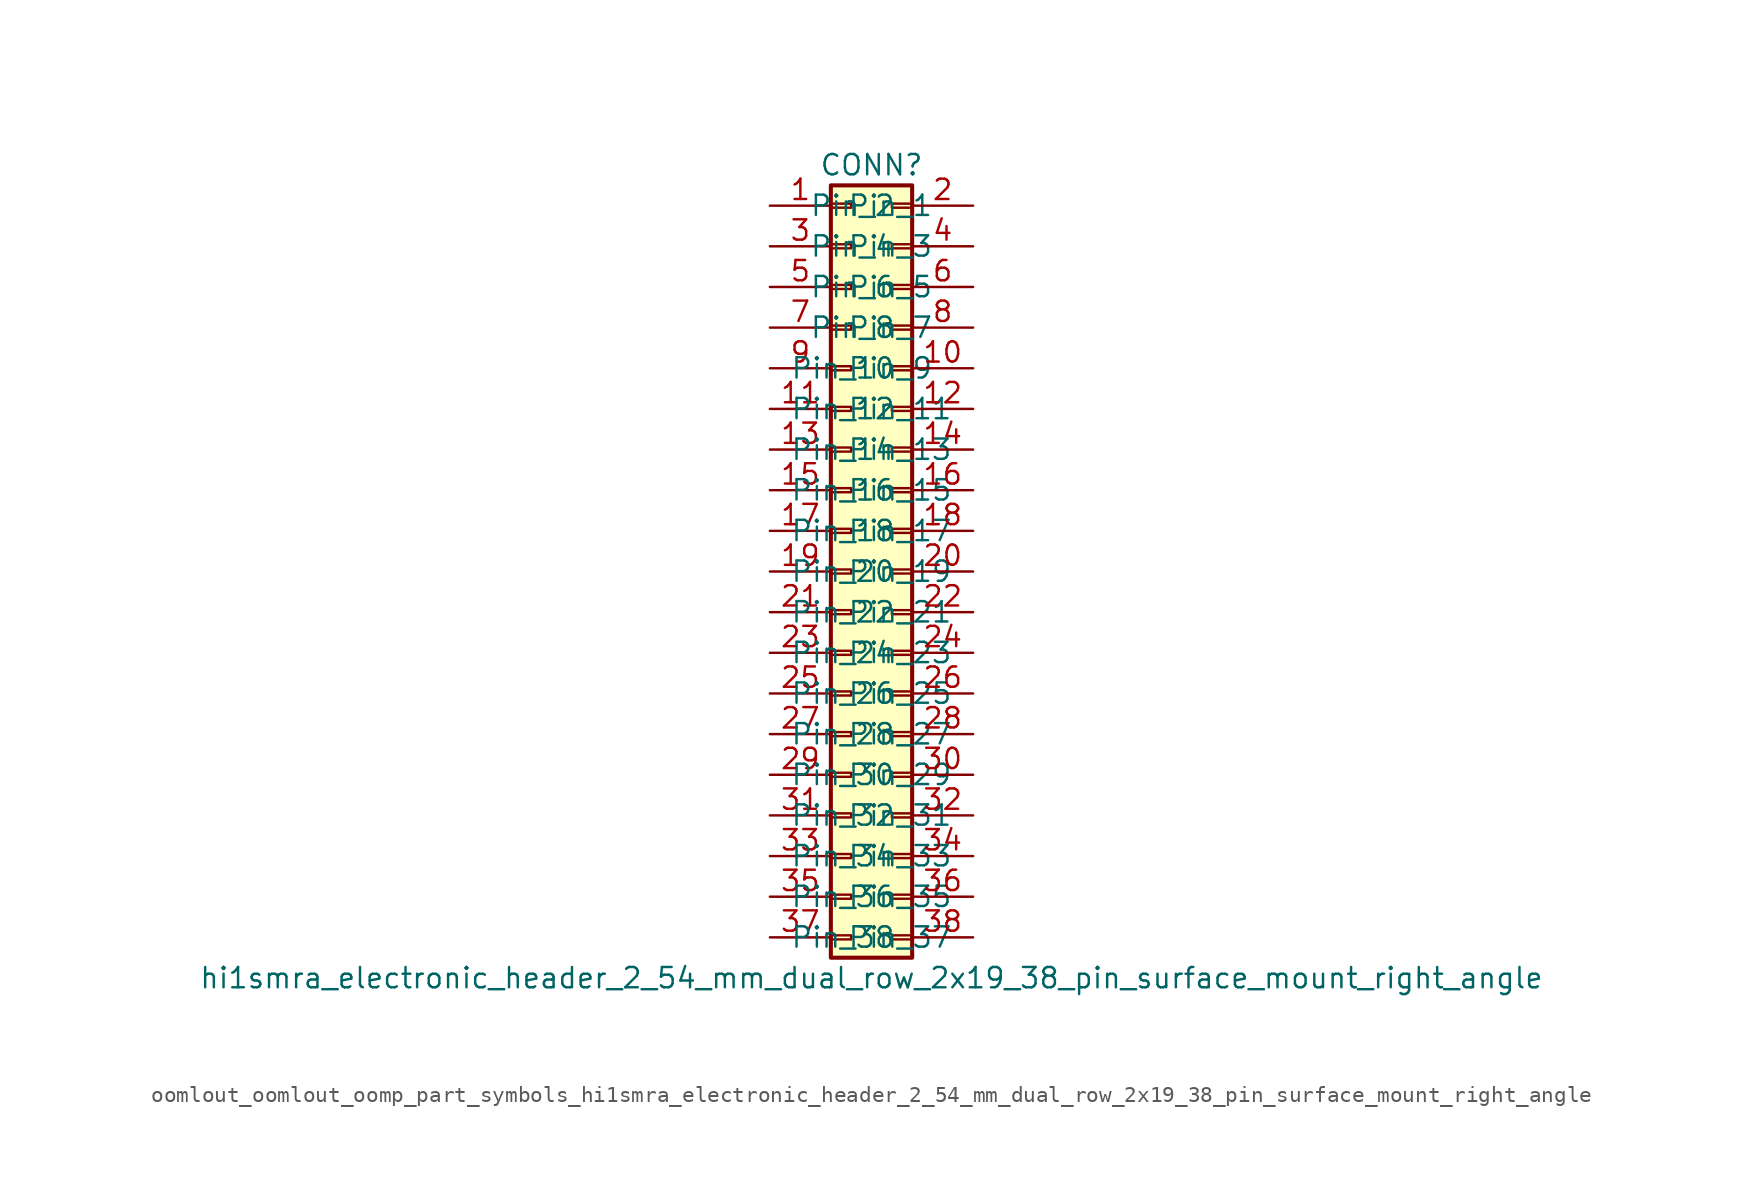
<source format=kicad_sym>
(kicad_symbol_lib
  (version 20220914)
  (generator kicad_symbol_editor)
  (symbol "oomlout_oomlout_oomp_part_symbols_hi1smra_electronic_header_2_54_mm_dual_row_2x19_38_pin_surface_mount_right_angle"
    (pin_names
      (offset 1.016))
    (property "Reference" "CONN"
      (at 1.27 25.4 0)
      (effects (font (size 1.27 1.27))))
    (property "Value" "hi1smra_electronic_header_2_54_mm_dual_row_2x19_38_pin_surface_mount_right_angle"
      (at 1.27 -25.4 0)
      (effects (font (size 1.27 1.27))))
    (symbol "oomlout_oomlout_oomp_part_symbols_hi1smra_electronic_header_2_54_mm_dual_row_2x19_38_pin_surface_mount_right_angle_1_1"
      (rectangle (start -1.27 -22.733) (end 0 -22.987) (stroke (width 0.152) (type default)) (fill (type none)))
      (rectangle (start -1.27 -20.193) (end 0 -20.447) (stroke (width 0.152) (type default)) (fill (type none)))
      (rectangle (start -1.27 -17.653) (end 0 -17.907) (stroke (width 0.152) (type default)) (fill (type none)))
      (rectangle (start -1.27 -15.113) (end 0 -15.367) (stroke (width 0.152) (type default)) (fill (type none)))
      (rectangle (start -1.27 -12.573) (end 0 -12.827) (stroke (width 0.152) (type default)) (fill (type none)))
      (rectangle (start -1.27 -10.033) (end 0 -10.287) (stroke (width 0.152) (type default)) (fill (type none)))
      (rectangle (start -1.27 -7.493) (end 0 -7.747) (stroke (width 0.152) (type default)) (fill (type none)))
      (rectangle (start -1.27 -4.953) (end 0 -5.207) (stroke (width 0.152) (type default)) (fill (type none)))
      (rectangle (start -1.27 -2.413) (end 0 -2.667) (stroke (width 0.152) (type default)) (fill (type none)))
      (rectangle (start -1.27 0.127) (end 0 -0.127) (stroke (width 0.152) (type default)) (fill (type none)))
      (rectangle (start -1.27 2.667) (end 0 2.413) (stroke (width 0.152) (type default)) (fill (type none)))
      (rectangle (start -1.27 5.207) (end 0 4.953) (stroke (width 0.152) (type default)) (fill (type none)))
      (rectangle (start -1.27 7.747) (end 0 7.493) (stroke (width 0.152) (type default)) (fill (type none)))
      (rectangle (start -1.27 10.287) (end 0 10.033) (stroke (width 0.152) (type default)) (fill (type none)))
      (rectangle (start -1.27 12.827) (end 0 12.573) (stroke (width 0.152) (type default)) (fill (type none)))
      (rectangle (start -1.27 15.367) (end 0 15.113) (stroke (width 0.152) (type default)) (fill (type none)))
      (rectangle (start -1.27 17.907) (end 0 17.653) (stroke (width 0.152) (type default)) (fill (type none)))
      (rectangle (start -1.27 20.447) (end 0 20.193) (stroke (width 0.152) (type default)) (fill (type none)))
      (rectangle (start -1.27 22.987) (end 0 22.733) (stroke (width 0.152) (type default)) (fill (type none)))
      (rectangle (start -1.27 24.13) (end 3.81 -24.13) (stroke (width 0.254) (type default)) (fill (type background)))
      (rectangle (start 3.81 -22.733) (end 2.54 -22.987) (stroke (width 0.152) (type default)) (fill (type none)))
      (rectangle (start 3.81 -20.193) (end 2.54 -20.447) (stroke (width 0.152) (type default)) (fill (type none)))
      (rectangle (start 3.81 -17.653) (end 2.54 -17.907) (stroke (width 0.152) (type default)) (fill (type none)))
      (rectangle (start 3.81 -15.113) (end 2.54 -15.367) (stroke (width 0.152) (type default)) (fill (type none)))
      (rectangle (start 3.81 -12.573) (end 2.54 -12.827) (stroke (width 0.152) (type default)) (fill (type none)))
      (rectangle (start 3.81 -10.033) (end 2.54 -10.287) (stroke (width 0.152) (type default)) (fill (type none)))
      (rectangle (start 3.81 -7.493) (end 2.54 -7.747) (stroke (width 0.152) (type default)) (fill (type none)))
      (rectangle (start 3.81 -4.953) (end 2.54 -5.207) (stroke (width 0.152) (type default)) (fill (type none)))
      (rectangle (start 3.81 -2.413) (end 2.54 -2.667) (stroke (width 0.152) (type default)) (fill (type none)))
      (rectangle (start 3.81 0.127) (end 2.54 -0.127) (stroke (width 0.152) (type default)) (fill (type none)))
      (rectangle (start 3.81 2.667) (end 2.54 2.413) (stroke (width 0.152) (type default)) (fill (type none)))
      (rectangle (start 3.81 5.207) (end 2.54 4.953) (stroke (width 0.152) (type default)) (fill (type none)))
      (rectangle (start 3.81 7.747) (end 2.54 7.493) (stroke (width 0.152) (type default)) (fill (type none)))
      (rectangle (start 3.81 10.287) (end 2.54 10.033) (stroke (width 0.152) (type default)) (fill (type none)))
      (rectangle (start 3.81 12.827) (end 2.54 12.573) (stroke (width 0.152) (type default)) (fill (type none)))
      (rectangle (start 3.81 15.367) (end 2.54 15.113) (stroke (width 0.152) (type default)) (fill (type none)))
      (rectangle (start 3.81 17.907) (end 2.54 17.653) (stroke (width 0.152) (type default)) (fill (type none)))
      (rectangle (start 3.81 20.447) (end 2.54 20.193) (stroke (width 0.152) (type default)) (fill (type none)))
      (rectangle (start 3.81 22.987) (end 2.54 22.733) (stroke (width 0.152) (type default)) (fill (type none)))
      (pin passive line (at -5.08 22.86 0) (length 3.81) (name "Pin_1" (effects (font (size 1.27 1.27)))) (number "1" (effects (font (size 1.27 1.27)))))
      (pin passive line (at 7.62 12.7 180) (length 3.81) (name "Pin_10" (effects (font (size 1.27 1.27)))) (number "10" (effects (font (size 1.27 1.27)))))
      (pin passive line (at -5.08 10.16 0) (length 3.81) (name "Pin_11" (effects (font (size 1.27 1.27)))) (number "11" (effects (font (size 1.27 1.27)))))
      (pin passive line (at 7.62 10.16 180) (length 3.81) (name "Pin_12" (effects (font (size 1.27 1.27)))) (number "12" (effects (font (size 1.27 1.27)))))
      (pin passive line (at -5.08 7.62 0) (length 3.81) (name "Pin_13" (effects (font (size 1.27 1.27)))) (number "13" (effects (font (size 1.27 1.27)))))
      (pin passive line (at 7.62 7.62 180) (length 3.81) (name "Pin_14" (effects (font (size 1.27 1.27)))) (number "14" (effects (font (size 1.27 1.27)))))
      (pin passive line (at -5.08 5.08 0) (length 3.81) (name "Pin_15" (effects (font (size 1.27 1.27)))) (number "15" (effects (font (size 1.27 1.27)))))
      (pin passive line (at 7.62 5.08 180) (length 3.81) (name "Pin_16" (effects (font (size 1.27 1.27)))) (number "16" (effects (font (size 1.27 1.27)))))
      (pin passive line (at -5.08 2.54 0) (length 3.81) (name "Pin_17" (effects (font (size 1.27 1.27)))) (number "17" (effects (font (size 1.27 1.27)))))
      (pin passive line (at 7.62 2.54 180) (length 3.81) (name "Pin_18" (effects (font (size 1.27 1.27)))) (number "18" (effects (font (size 1.27 1.27)))))
      (pin passive line (at -5.08 0 0) (length 3.81) (name "Pin_19" (effects (font (size 1.27 1.27)))) (number "19" (effects (font (size 1.27 1.27)))))
      (pin passive line (at 7.62 22.86 180) (length 3.81) (name "Pin_2" (effects (font (size 1.27 1.27)))) (number "2" (effects (font (size 1.27 1.27)))))
      (pin passive line (at 7.62 0 180) (length 3.81) (name "Pin_20" (effects (font (size 1.27 1.27)))) (number "20" (effects (font (size 1.27 1.27)))))
      (pin passive line (at -5.08 -2.54 0) (length 3.81) (name "Pin_21" (effects (font (size 1.27 1.27)))) (number "21" (effects (font (size 1.27 1.27)))))
      (pin passive line (at 7.62 -2.54 180) (length 3.81) (name "Pin_22" (effects (font (size 1.27 1.27)))) (number "22" (effects (font (size 1.27 1.27)))))
      (pin passive line (at -5.08 -5.08 0) (length 3.81) (name "Pin_23" (effects (font (size 1.27 1.27)))) (number "23" (effects (font (size 1.27 1.27)))))
      (pin passive line (at 7.62 -5.08 180) (length 3.81) (name "Pin_24" (effects (font (size 1.27 1.27)))) (number "24" (effects (font (size 1.27 1.27)))))
      (pin passive line (at -5.08 -7.62 0) (length 3.81) (name "Pin_25" (effects (font (size 1.27 1.27)))) (number "25" (effects (font (size 1.27 1.27)))))
      (pin passive line (at 7.62 -7.62 180) (length 3.81) (name "Pin_26" (effects (font (size 1.27 1.27)))) (number "26" (effects (font (size 1.27 1.27)))))
      (pin passive line (at -5.08 -10.16 0) (length 3.81) (name "Pin_27" (effects (font (size 1.27 1.27)))) (number "27" (effects (font (size 1.27 1.27)))))
      (pin passive line (at 7.62 -10.16 180) (length 3.81) (name "Pin_28" (effects (font (size 1.27 1.27)))) (number "28" (effects (font (size 1.27 1.27)))))
      (pin passive line (at -5.08 -12.7 0) (length 3.81) (name "Pin_29" (effects (font (size 1.27 1.27)))) (number "29" (effects (font (size 1.27 1.27)))))
      (pin passive line (at -5.08 20.32 0) (length 3.81) (name "Pin_3" (effects (font (size 1.27 1.27)))) (number "3" (effects (font (size 1.27 1.27)))))
      (pin passive line (at 7.62 -12.7 180) (length 3.81) (name "Pin_30" (effects (font (size 1.27 1.27)))) (number "30" (effects (font (size 1.27 1.27)))))
      (pin passive line (at -5.08 -15.24 0) (length 3.81) (name "Pin_31" (effects (font (size 1.27 1.27)))) (number "31" (effects (font (size 1.27 1.27)))))
      (pin passive line (at 7.62 -15.24 180) (length 3.81) (name "Pin_32" (effects (font (size 1.27 1.27)))) (number "32" (effects (font (size 1.27 1.27)))))
      (pin passive line (at -5.08 -17.78 0) (length 3.81) (name "Pin_33" (effects (font (size 1.27 1.27)))) (number "33" (effects (font (size 1.27 1.27)))))
      (pin passive line (at 7.62 -17.78 180) (length 3.81) (name "Pin_34" (effects (font (size 1.27 1.27)))) (number "34" (effects (font (size 1.27 1.27)))))
      (pin passive line (at -5.08 -20.32 0) (length 3.81) (name "Pin_35" (effects (font (size 1.27 1.27)))) (number "35" (effects (font (size 1.27 1.27)))))
      (pin passive line (at 7.62 -20.32 180) (length 3.81) (name "Pin_36" (effects (font (size 1.27 1.27)))) (number "36" (effects (font (size 1.27 1.27)))))
      (pin passive line (at -5.08 -22.86 0) (length 3.81) (name "Pin_37" (effects (font (size 1.27 1.27)))) (number "37" (effects (font (size 1.27 1.27)))))
      (pin passive line (at 7.62 -22.86 180) (length 3.81) (name "Pin_38" (effects (font (size 1.27 1.27)))) (number "38" (effects (font (size 1.27 1.27)))))
      (pin passive line (at 7.62 20.32 180) (length 3.81) (name "Pin_4" (effects (font (size 1.27 1.27)))) (number "4" (effects (font (size 1.27 1.27)))))
      (pin passive line (at -5.08 17.78 0) (length 3.81) (name "Pin_5" (effects (font (size 1.27 1.27)))) (number "5" (effects (font (size 1.27 1.27)))))
      (pin passive line (at 7.62 17.78 180) (length 3.81) (name "Pin_6" (effects (font (size 1.27 1.27)))) (number "6" (effects (font (size 1.27 1.27)))))
      (pin passive line (at -5.08 15.24 0) (length 3.81) (name "Pin_7" (effects (font (size 1.27 1.27)))) (number "7" (effects (font (size 1.27 1.27)))))
      (pin passive line (at 7.62 15.24 180) (length 3.81) (name "Pin_8" (effects (font (size 1.27 1.27)))) (number "8" (effects (font (size 1.27 1.27)))))
      (pin passive line (at -5.08 12.7 0) (length 3.81) (name "Pin_9" (effects (font (size 1.27 1.27)))) (number "9" (effects (font (size 1.27 1.27))))))))
</source>
